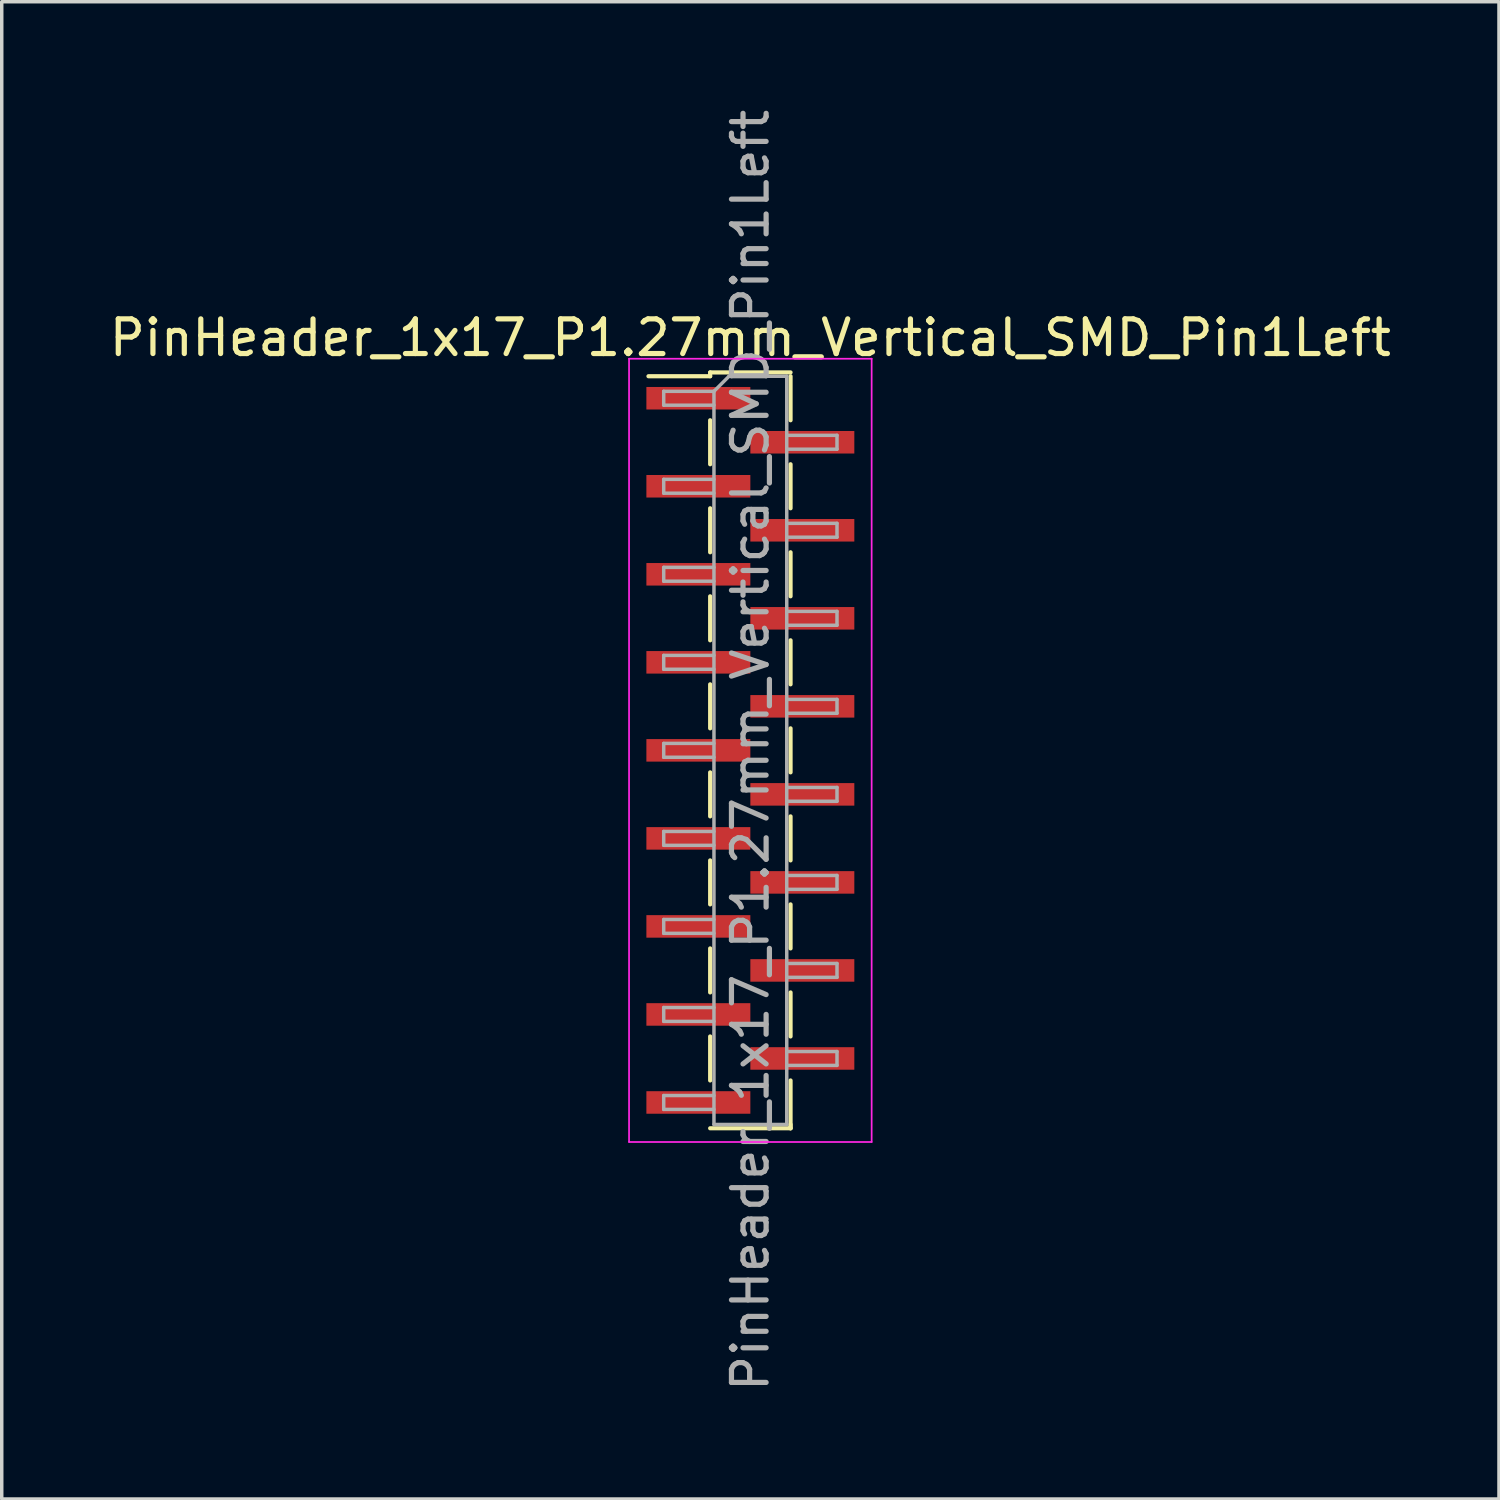
<source format=kicad_pcb>
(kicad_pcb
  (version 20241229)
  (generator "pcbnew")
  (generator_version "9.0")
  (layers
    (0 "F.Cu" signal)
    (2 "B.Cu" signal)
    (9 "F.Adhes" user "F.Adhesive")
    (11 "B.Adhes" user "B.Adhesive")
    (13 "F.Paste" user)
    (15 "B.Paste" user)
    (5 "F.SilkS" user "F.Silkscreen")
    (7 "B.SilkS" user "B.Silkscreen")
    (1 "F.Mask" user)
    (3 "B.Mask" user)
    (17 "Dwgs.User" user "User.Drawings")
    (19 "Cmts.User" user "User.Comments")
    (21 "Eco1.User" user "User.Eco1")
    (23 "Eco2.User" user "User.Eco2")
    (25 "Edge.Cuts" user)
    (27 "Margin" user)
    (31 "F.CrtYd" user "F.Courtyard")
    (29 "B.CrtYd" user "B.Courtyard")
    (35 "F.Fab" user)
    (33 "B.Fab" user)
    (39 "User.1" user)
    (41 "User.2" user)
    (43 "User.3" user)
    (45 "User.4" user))
  (footprint "PinHeader_1x17_P1.27mm_Vertical_SMD_Pin1Left"
    (layer "F.Cu")
    (at 18.601 18.601)
    (property "Reference" "PinHeader_1x17_P1.27mm_Vertical_SMD_Pin1Left" (at 0 -11.905 0) (layer "F.SilkS") (effects (font (size 1 1) (thickness 0.15))))
    (attr smd)
    (fp_line (start -1.16 -10.905) (end -1.16 -10.795) (stroke (width 0.12) (type solid)) (layer "F.SilkS"))
    (fp_line (start -1.16 -10.905) (end 1.16 -10.905) (stroke (width 0.12) (type solid)) (layer "F.SilkS"))
    (fp_line (start -1.16 -10.795) (end -2.94 -10.795) (stroke (width 0.12) (type solid)) (layer "F.SilkS"))
    (fp_line (start -1.16 -9.525) (end -1.16 -8.255) (stroke (width 0.12) (type solid)) (layer "F.SilkS"))
    (fp_line (start -1.16 -6.985) (end -1.16 -5.715) (stroke (width 0.12) (type solid)) (layer "F.SilkS"))
    (fp_line (start -1.16 -4.445) (end -1.16 -3.175) (stroke (width 0.12) (type solid)) (layer "F.SilkS"))
    (fp_line (start -1.16 -1.905) (end -1.16 -0.635) (stroke (width 0.12) (type solid)) (layer "F.SilkS"))
    (fp_line (start -1.16 0.635) (end -1.16 1.905) (stroke (width 0.12) (type solid)) (layer "F.SilkS"))
    (fp_line (start -1.16 3.175) (end -1.16 4.445) (stroke (width 0.12) (type solid)) (layer "F.SilkS"))
    (fp_line (start -1.16 5.715) (end -1.16 6.985) (stroke (width 0.12) (type solid)) (layer "F.SilkS"))
    (fp_line (start -1.16 8.255) (end -1.16 9.525) (stroke (width 0.12) (type solid)) (layer "F.SilkS"))
    (fp_line (start -1.16 10.905) (end 1.16 10.905) (stroke (width 0.12) (type solid)) (layer "F.SilkS"))
    (fp_line (start 1.16 -10.795) (end 1.16 -9.525) (stroke (width 0.12) (type solid)) (layer "F.SilkS"))
    (fp_line (start 1.16 -8.255) (end 1.16 -6.985) (stroke (width 0.12) (type solid)) (layer "F.SilkS"))
    (fp_line (start 1.16 -5.715) (end 1.16 -4.445) (stroke (width 0.12) (type solid)) (layer "F.SilkS"))
    (fp_line (start 1.16 -3.175) (end 1.16 -1.905) (stroke (width 0.12) (type solid)) (layer "F.SilkS"))
    (fp_line (start 1.16 -0.635) (end 1.16 0.635) (stroke (width 0.12) (type solid)) (layer "F.SilkS"))
    (fp_line (start 1.16 1.905) (end 1.16 3.175) (stroke (width 0.12) (type solid)) (layer "F.SilkS"))
    (fp_line (start 1.16 4.445) (end 1.16 5.715) (stroke (width 0.12) (type solid)) (layer "F.SilkS"))
    (fp_line (start 1.16 6.985) (end 1.16 8.255) (stroke (width 0.12) (type solid)) (layer "F.SilkS"))
    (fp_line (start 1.16 9.525) (end 1.16 10.905) (stroke (width 0.12) (type solid)) (layer "F.SilkS"))
    (fp_line (start 1.16 10.795) (end 1.16 10.905) (stroke (width 0.12) (type solid)) (layer "F.SilkS"))
    (fp_line (start -3.5 -11.3) (end -3.5 11.3) (stroke (width 0.05) (type solid)) (layer "F.CrtYd"))
    (fp_line (start -3.5 11.3) (end 3.5 11.3) (stroke (width 0.05) (type solid)) (layer "F.CrtYd"))
    (fp_line (start 3.5 -11.3) (end -3.5 -11.3) (stroke (width 0.05) (type solid)) (layer "F.CrtYd"))
    (fp_line (start 3.5 11.3) (end 3.5 -11.3) (stroke (width 0.05) (type solid)) (layer "F.CrtYd"))
    (fp_line (start -2.5 -10.36) (end -2.5 -9.96) (stroke (width 0.1) (type solid)) (layer "F.Fab"))
    (fp_line (start -2.5 -9.96) (end -1.05 -9.96) (stroke (width 0.1) (type solid)) (layer "F.Fab"))
    (fp_line (start -2.5 -7.82) (end -2.5 -7.42) (stroke (width 0.1) (type solid)) (layer "F.Fab"))
    (fp_line (start -2.5 -7.42) (end -1.05 -7.42) (stroke (width 0.1) (type solid)) (layer "F.Fab"))
    (fp_line (start -2.5 -5.28) (end -2.5 -4.88) (stroke (width 0.1) (type solid)) (layer "F.Fab"))
    (fp_line (start -2.5 -4.88) (end -1.05 -4.88) (stroke (width 0.1) (type solid)) (layer "F.Fab"))
    (fp_line (start -2.5 -2.74) (end -2.5 -2.34) (stroke (width 0.1) (type solid)) (layer "F.Fab"))
    (fp_line (start -2.5 -2.34) (end -1.05 -2.34) (stroke (width 0.1) (type solid)) (layer "F.Fab"))
    (fp_line (start -2.5 -0.2) (end -2.5 0.2) (stroke (width 0.1) (type solid)) (layer "F.Fab"))
    (fp_line (start -2.5 0.2) (end -1.05 0.2) (stroke (width 0.1) (type solid)) (layer "F.Fab"))
    (fp_line (start -2.5 2.34) (end -2.5 2.74) (stroke (width 0.1) (type solid)) (layer "F.Fab"))
    (fp_line (start -2.5 2.74) (end -1.05 2.74) (stroke (width 0.1) (type solid)) (layer "F.Fab"))
    (fp_line (start -2.5 4.88) (end -2.5 5.28) (stroke (width 0.1) (type solid)) (layer "F.Fab"))
    (fp_line (start -2.5 5.28) (end -1.05 5.28) (stroke (width 0.1) (type solid)) (layer "F.Fab"))
    (fp_line (start -2.5 7.42) (end -2.5 7.82) (stroke (width 0.1) (type solid)) (layer "F.Fab"))
    (fp_line (start -2.5 7.82) (end -1.05 7.82) (stroke (width 0.1) (type solid)) (layer "F.Fab"))
    (fp_line (start -2.5 9.96) (end -2.5 10.36) (stroke (width 0.1) (type solid)) (layer "F.Fab"))
    (fp_line (start -2.5 10.36) (end -1.05 10.36) (stroke (width 0.1) (type solid)) (layer "F.Fab"))
    (fp_line (start -1.05 -10.36) (end -2.5 -10.36) (stroke (width 0.1) (type solid)) (layer "F.Fab"))
    (fp_line (start -1.05 -10.36) (end -0.615 -10.795) (stroke (width 0.1) (type solid)) (layer "F.Fab"))
    (fp_line (start -1.05 -7.82) (end -2.5 -7.82) (stroke (width 0.1) (type solid)) (layer "F.Fab"))
    (fp_line (start -1.05 -5.28) (end -2.5 -5.28) (stroke (width 0.1) (type solid)) (layer "F.Fab"))
    (fp_line (start -1.05 -2.74) (end -2.5 -2.74) (stroke (width 0.1) (type solid)) (layer "F.Fab"))
    (fp_line (start -1.05 -0.2) (end -2.5 -0.2) (stroke (width 0.1) (type solid)) (layer "F.Fab"))
    (fp_line (start -1.05 2.34) (end -2.5 2.34) (stroke (width 0.1) (type solid)) (layer "F.Fab"))
    (fp_line (start -1.05 4.88) (end -2.5 4.88) (stroke (width 0.1) (type solid)) (layer "F.Fab"))
    (fp_line (start -1.05 7.42) (end -2.5 7.42) (stroke (width 0.1) (type solid)) (layer "F.Fab"))
    (fp_line (start -1.05 9.96) (end -2.5 9.96) (stroke (width 0.1) (type solid)) (layer "F.Fab"))
    (fp_line (start -1.05 10.795) (end -1.05 -10.36) (stroke (width 0.1) (type solid)) (layer "F.Fab"))
    (fp_line (start -0.615 -10.795) (end 1.05 -10.795) (stroke (width 0.1) (type solid)) (layer "F.Fab"))
    (fp_line (start 1.05 -10.795) (end 1.05 10.795) (stroke (width 0.1) (type solid)) (layer "F.Fab"))
    (fp_line (start 1.05 -9.09) (end 2.5 -9.09) (stroke (width 0.1) (type solid)) (layer "F.Fab"))
    (fp_line (start 1.05 -6.55) (end 2.5 -6.55) (stroke (width 0.1) (type solid)) (layer "F.Fab"))
    (fp_line (start 1.05 -4.01) (end 2.5 -4.01) (stroke (width 0.1) (type solid)) (layer "F.Fab"))
    (fp_line (start 1.05 -1.47) (end 2.5 -1.47) (stroke (width 0.1) (type solid)) (layer "F.Fab"))
    (fp_line (start 1.05 1.07) (end 2.5 1.07) (stroke (width 0.1) (type solid)) (layer "F.Fab"))
    (fp_line (start 1.05 3.61) (end 2.5 3.61) (stroke (width 0.1) (type solid)) (layer "F.Fab"))
    (fp_line (start 1.05 6.15) (end 2.5 6.15) (stroke (width 0.1) (type solid)) (layer "F.Fab"))
    (fp_line (start 1.05 8.69) (end 2.5 8.69) (stroke (width 0.1) (type solid)) (layer "F.Fab"))
    (fp_line (start 1.05 10.795) (end -1.05 10.795) (stroke (width 0.1) (type solid)) (layer "F.Fab"))
    (fp_line (start 2.5 -9.09) (end 2.5 -8.69) (stroke (width 0.1) (type solid)) (layer "F.Fab"))
    (fp_line (start 2.5 -8.69) (end 1.05 -8.69) (stroke (width 0.1) (type solid)) (layer "F.Fab"))
    (fp_line (start 2.5 -6.55) (end 2.5 -6.15) (stroke (width 0.1) (type solid)) (layer "F.Fab"))
    (fp_line (start 2.5 -6.15) (end 1.05 -6.15) (stroke (width 0.1) (type solid)) (layer "F.Fab"))
    (fp_line (start 2.5 -4.01) (end 2.5 -3.61) (stroke (width 0.1) (type solid)) (layer "F.Fab"))
    (fp_line (start 2.5 -3.61) (end 1.05 -3.61) (stroke (width 0.1) (type solid)) (layer "F.Fab"))
    (fp_line (start 2.5 -1.47) (end 2.5 -1.07) (stroke (width 0.1) (type solid)) (layer "F.Fab"))
    (fp_line (start 2.5 -1.07) (end 1.05 -1.07) (stroke (width 0.1) (type solid)) (layer "F.Fab"))
    (fp_line (start 2.5 1.07) (end 2.5 1.47) (stroke (width 0.1) (type solid)) (layer "F.Fab"))
    (fp_line (start 2.5 1.47) (end 1.05 1.47) (stroke (width 0.1) (type solid)) (layer "F.Fab"))
    (fp_line (start 2.5 3.61) (end 2.5 4.01) (stroke (width 0.1) (type solid)) (layer "F.Fab"))
    (fp_line (start 2.5 4.01) (end 1.05 4.01) (stroke (width 0.1) (type solid)) (layer "F.Fab"))
    (fp_line (start 2.5 6.15) (end 2.5 6.55) (stroke (width 0.1) (type solid)) (layer "F.Fab"))
    (fp_line (start 2.5 6.55) (end 1.05 6.55) (stroke (width 0.1) (type solid)) (layer "F.Fab"))
    (fp_line (start 2.5 8.69) (end 2.5 9.09) (stroke (width 0.1) (type solid)) (layer "F.Fab"))
    (fp_line (start 2.5 9.09) (end 1.05 9.09) (stroke (width 0.1) (type solid)) (layer "F.Fab"))
    (fp_text user "${REFERENCE}" (at 0 0 90) (layer "F.Fab") (effects (font (size 1 1) (thickness 0.15))))
    (pad "1" smd rect (at -1.5 -10.16) (size 3 0.65) (layers "F.Cu" "F.Mask" "F.Paste"))
    (pad "2" smd rect (at 1.5 -8.89) (size 3 0.65) (layers "F.Cu" "F.Mask" "F.Paste"))
    (pad "3" smd rect (at -1.5 -7.62) (size 3 0.65) (layers "F.Cu" "F.Mask" "F.Paste"))
    (pad "4" smd rect (at 1.5 -6.35) (size 3 0.65) (layers "F.Cu" "F.Mask" "F.Paste"))
    (pad "5" smd rect (at -1.5 -5.08) (size 3 0.65) (layers "F.Cu" "F.Mask" "F.Paste"))
    (pad "6" smd rect (at 1.5 -3.81) (size 3 0.65) (layers "F.Cu" "F.Mask" "F.Paste"))
    (pad "7" smd rect (at -1.5 -2.54) (size 3 0.65) (layers "F.Cu" "F.Mask" "F.Paste"))
    (pad "8" smd rect (at 1.5 -1.27) (size 3 0.65) (layers "F.Cu" "F.Mask" "F.Paste"))
    (pad "9" smd rect (at -1.5 0) (size 3 0.65) (layers "F.Cu" "F.Mask" "F.Paste"))
    (pad "10" smd rect (at 1.5 1.27) (size 3 0.65) (layers "F.Cu" "F.Mask" "F.Paste"))
    (pad "11" smd rect (at -1.5 2.54) (size 3 0.65) (layers "F.Cu" "F.Mask" "F.Paste"))
    (pad "12" smd rect (at 1.5 3.81) (size 3 0.65) (layers "F.Cu" "F.Mask" "F.Paste"))
    (pad "13" smd rect (at -1.5 5.08) (size 3 0.65) (layers "F.Cu" "F.Mask" "F.Paste"))
    (pad "14" smd rect (at 1.5 6.35) (size 3 0.65) (layers "F.Cu" "F.Mask" "F.Paste"))
    (pad "15" smd rect (at -1.5 7.62) (size 3 0.65) (layers "F.Cu" "F.Mask" "F.Paste"))
    (pad "16" smd rect (at 1.5 8.89) (size 3 0.65) (layers "F.Cu" "F.Mask" "F.Paste"))
    (pad "17" smd rect (at -1.5 10.16) (size 3 0.65) (layers "F.Cu" "F.Mask" "F.Paste")))
  (gr_rect
    (start -3 -3)
    (end 40.202 40.202)
    (stroke (width 0.1) (type default))
    (fill no)
    (layer "Edge.Cuts")))
</source>
